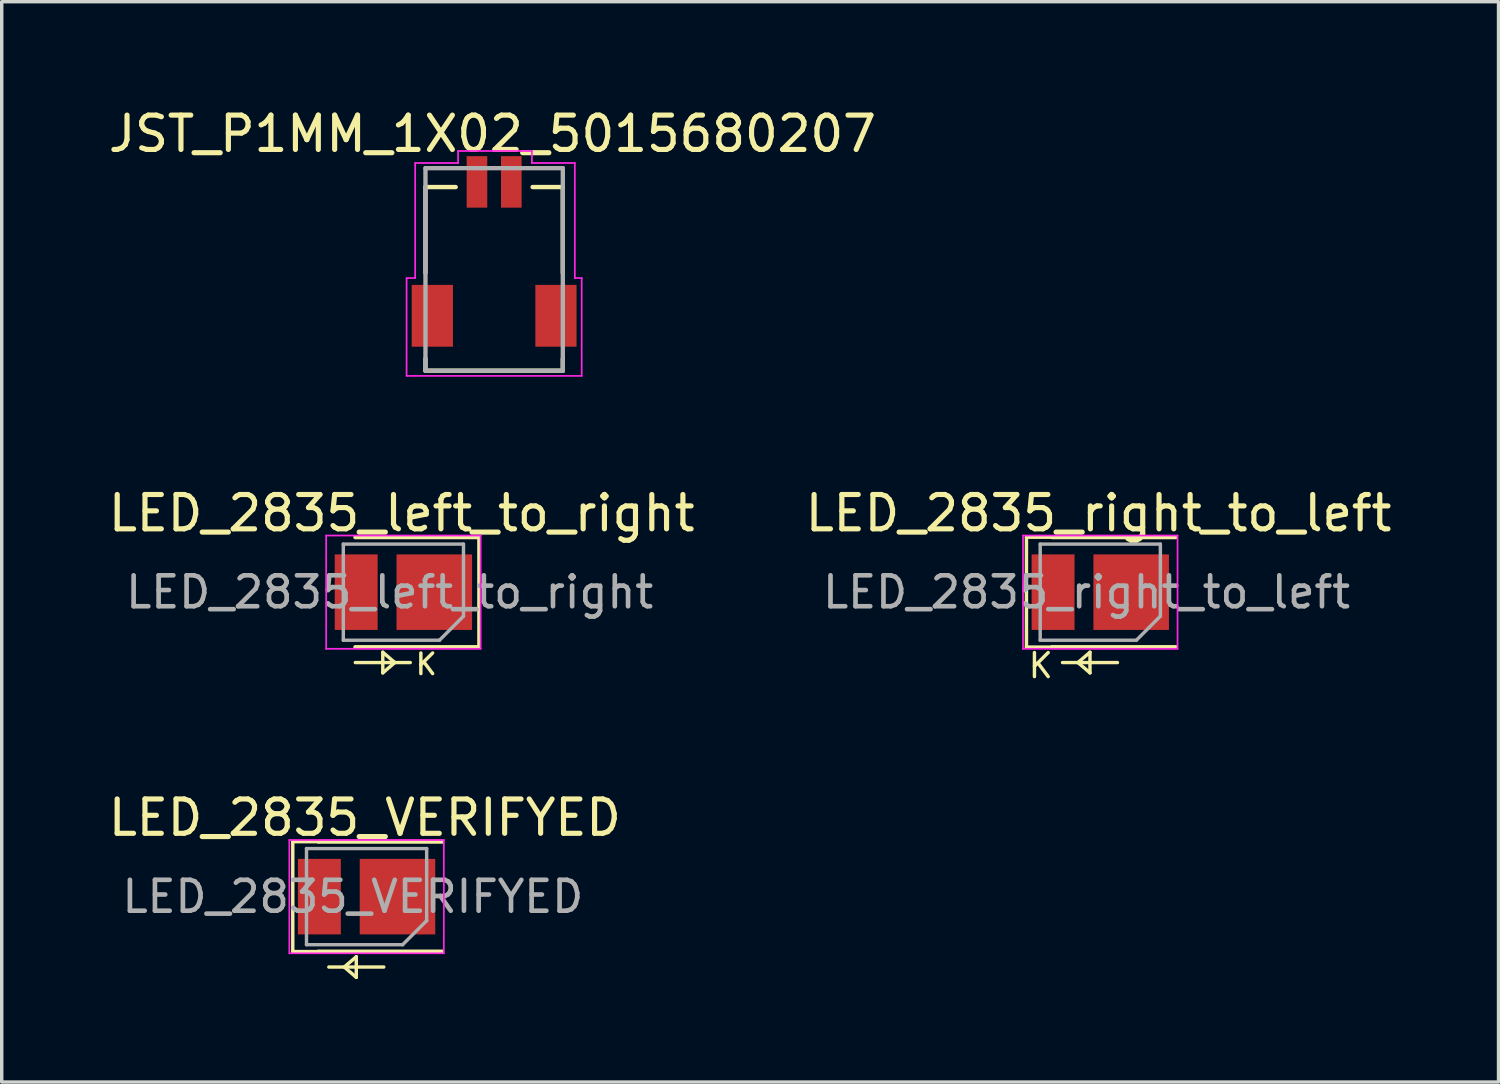
<source format=kicad_pcb>
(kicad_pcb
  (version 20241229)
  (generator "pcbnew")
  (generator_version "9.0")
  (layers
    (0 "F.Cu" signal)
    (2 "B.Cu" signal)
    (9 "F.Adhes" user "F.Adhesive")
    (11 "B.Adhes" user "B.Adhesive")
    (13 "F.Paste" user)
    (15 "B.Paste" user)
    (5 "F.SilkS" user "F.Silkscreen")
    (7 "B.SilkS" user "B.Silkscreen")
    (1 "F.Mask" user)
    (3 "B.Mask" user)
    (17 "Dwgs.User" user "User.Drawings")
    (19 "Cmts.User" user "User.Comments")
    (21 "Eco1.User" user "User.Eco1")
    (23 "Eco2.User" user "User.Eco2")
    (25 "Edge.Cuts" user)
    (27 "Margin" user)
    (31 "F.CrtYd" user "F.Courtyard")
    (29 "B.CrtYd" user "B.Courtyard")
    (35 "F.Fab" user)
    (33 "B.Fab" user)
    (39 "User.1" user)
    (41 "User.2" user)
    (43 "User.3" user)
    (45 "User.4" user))
  (footprint "LED_2835_right_to_left"
    (layer "F.Cu")
    (at 28.596 14.197)
    (property "Reference" "LED_2835_right_to_left" (at 0.35 -2.3 0) (layer "F.SilkS") (effects (font (size 1 1) (thickness 0.15))))
    (attr smd)
    (fp_line (start -1.75 -1.6) (end -1.75 1.6) (stroke (width 0.1) (type default)) (layer "F.SilkS"))
    (fp_line (start -1.75 1.6) (end -1 1.6) (stroke (width 0.1) (type default)) (layer "F.SilkS"))
    (fp_line (start -1 -1.6) (end -1.75 -1.6) (stroke (width 0.1) (type default)) (layer "F.SilkS"))
    (fp_line (start -1 -1.6) (end 2.6 -1.6) (stroke (width 0.12) (type solid)) (layer "F.SilkS"))
    (fp_line (start -1 1.6) (end 2.6 1.6) (stroke (width 0.12) (type solid)) (layer "F.SilkS"))
    (fp_line (start -0.25 2.05) (end 0.1 1.75) (stroke (width 0.1) (type default)) (layer "F.SilkS"))
    (fp_line (start 0.1 1.75) (end 0.1 2.35) (stroke (width 0.1) (type default)) (layer "F.SilkS"))
    (fp_line (start 0.1 2.35) (end -0.25 2.05) (stroke (width 0.1) (type default)) (layer "F.SilkS"))
    (fp_line (start 0.9 2.05) (end -0.7 2.05) (stroke (width 0.1) (type default)) (layer "F.SilkS"))
    (fp_line (start -1.85 -1.65) (end -1.85 1.65) (stroke (width 0.05) (type solid)) (layer "F.CrtYd"))
    (fp_line (start -1.85 1.65) (end 2.65 1.65) (stroke (width 0.05) (type solid)) (layer "F.CrtYd"))
    (fp_line (start 2.65 -1.65) (end -1.85 -1.65) (stroke (width 0.05) (type solid)) (layer "F.CrtYd"))
    (fp_line (start 2.65 1.65) (end 2.65 -1.65) (stroke (width 0.05) (type solid)) (layer "F.CrtYd"))
    (fp_line (start -1.35 -1.4) (end -1.35 1.4) (stroke (width 0.1) (type solid)) (layer "F.Fab"))
    (fp_line (start -1.35 1.4) (end 1.45 1.4) (stroke (width 0.1) (type solid)) (layer "F.Fab"))
    (fp_line (start 1.45 1.4) (end 2.15 0.7) (stroke (width 0.1) (type solid)) (layer "F.Fab"))
    (fp_line (start 2.15 -1.4) (end -1.35 -1.4) (stroke (width 0.1) (type solid)) (layer "F.Fab"))
    (fp_line (start 2.15 0.7) (end 2.15 -1.4) (stroke (width 0.1) (type solid)) (layer "F.Fab"))
    (fp_text user "K" (at -1.75 2.55 0) (unlocked yes) (layer "F.SilkS") (effects (font (size 0.7 0.7) (thickness 0.1)) (justify left bottom)))
    (fp_text user "${REFERENCE}" (at 0 0 0) (layer "F.Fab") (effects (font (size 0.9 0.9) (thickness 0.135))))
    (pad "1" smd rect (at -0.975 0) (size 1.25 2.2) (layers "F.Cu" "F.Mask" "F.Paste"))
    (pad "2" smd rect (at 1.3 0) (size 2.2 2.2) (layers "F.Cu" "F.Mask" "F.Paste")))
  (footprint "LED_2835_VERIFYED"
    (layer "F.Cu")
    (at 7.227 23.065)
    (property "Reference" "LED_2835_VERIFYED" (at 0.35 -2.3 0) (layer "F.SilkS") (effects (font (size 1 1) (thickness 0.15))))
    (attr smd)
    (fp_line (start -1.75 -1.6) (end -1.75 1.6) (stroke (width 0.1) (type default)) (layer "F.SilkS"))
    (fp_line (start -1.75 1.6) (end -1 1.6) (stroke (width 0.1) (type default)) (layer "F.SilkS"))
    (fp_line (start -1 -1.6) (end -1.75 -1.6) (stroke (width 0.1) (type default)) (layer "F.SilkS"))
    (fp_line (start -1 -1.6) (end 2.6 -1.6) (stroke (width 0.12) (type solid)) (layer "F.SilkS"))
    (fp_line (start -1 1.6) (end 2.6 1.6) (stroke (width 0.12) (type solid)) (layer "F.SilkS"))
    (fp_line (start -0.25 2.05) (end 0.1 1.75) (stroke (width 0.1) (type default)) (layer "F.SilkS"))
    (fp_line (start 0.1 1.75) (end 0.1 2.35) (stroke (width 0.1) (type default)) (layer "F.SilkS"))
    (fp_line (start 0.1 2.35) (end -0.25 2.05) (stroke (width 0.1) (type default)) (layer "F.SilkS"))
    (fp_line (start 0.9 2.05) (end -0.7 2.05) (stroke (width 0.1) (type default)) (layer "F.SilkS"))
    (fp_line (start -1.85 -1.65) (end -1.85 1.65) (stroke (width 0.05) (type solid)) (layer "F.CrtYd"))
    (fp_line (start -1.85 1.65) (end 2.65 1.65) (stroke (width 0.05) (type solid)) (layer "F.CrtYd"))
    (fp_line (start 2.65 -1.65) (end -1.85 -1.65) (stroke (width 0.05) (type solid)) (layer "F.CrtYd"))
    (fp_line (start 2.65 1.65) (end 2.65 -1.65) (stroke (width 0.05) (type solid)) (layer "F.CrtYd"))
    (fp_line (start -1.35 -1.4) (end -1.35 1.4) (stroke (width 0.1) (type solid)) (layer "F.Fab"))
    (fp_line (start -1.35 1.4) (end 1.45 1.4) (stroke (width 0.1) (type solid)) (layer "F.Fab"))
    (fp_line (start 1.45 1.4) (end 2.15 0.7) (stroke (width 0.1) (type solid)) (layer "F.Fab"))
    (fp_line (start 2.15 -1.4) (end -1.35 -1.4) (stroke (width 0.1) (type solid)) (layer "F.Fab"))
    (fp_line (start 2.15 0.7) (end 2.15 -1.4) (stroke (width 0.1) (type solid)) (layer "F.Fab"))
    (fp_text user "${REFERENCE}" (at 0 0 0) (layer "F.Fab") (effects (font (size 0.9 0.9) (thickness 0.135))))
    (pad "1" smd rect (at -0.975 0) (size 1.25 2.2) (layers "F.Cu" "F.Mask" "F.Paste"))
    (pad "2" smd rect (at 1.3 0) (size 2.2 2.2) (layers "F.Cu" "F.Mask" "F.Paste")))
  (footprint "JST_P1MM_1X02_5015680207"
    (layer "F.Cu")
    (at 11.342 4.798)
    (property "Reference" "JST_P1MM_1X02_5015680207" (at -0.05 -3.95 0) (layer "F.SilkS") (effects (font (size 1 1) (thickness 0.15))))
    (attr smd)
    (fp_poly (pts (xy -2.476 0.374) (xy -1.124 0.374) (xy -1.124 2.326) (xy -2.476 2.326)) (stroke (width 0.01) (type solid)) (fill yes) (layer "F.Mask"))
    (fp_poly (pts (xy -0.876 -3.376) (xy -0.124 -3.376) (xy -0.124 -1.724) (xy -0.876 -1.724)) (stroke (width 0.01) (type solid)) (fill yes) (layer "F.Mask"))
    (fp_poly (pts (xy 0.124 -3.376) (xy 0.876 -3.376) (xy 0.876 -1.724) (xy 0.124 -1.724)) (stroke (width 0.01) (type solid)) (fill yes) (layer "F.Mask"))
    (fp_poly (pts (xy 1.124 0.374) (xy 2.476 0.374) (xy 2.476 2.326) (xy 1.124 2.326)) (stroke (width 0.01) (type solid)) (fill yes) (layer "F.Mask"))
    (fp_line (start -2 -2.4) (end -1.12 -2.4) (stroke (width 0.127) (type solid)) (layer "F.SilkS"))
    (fp_line (start -2 0.1) (end -2 -2.4) (stroke (width 0.127) (type solid)) (layer "F.SilkS"))
    (fp_line (start -2 2.6) (end -2 2.95) (stroke (width 0.127) (type solid)) (layer "F.SilkS"))
    (fp_line (start -2 2.95) (end 2 2.95) (stroke (width 0.127) (type solid)) (layer "F.SilkS"))
    (fp_line (start 1.12 -2.4) (end 2 -2.4) (stroke (width 0.127) (type solid)) (layer "F.SilkS"))
    (fp_line (start 2 -2.4) (end 2 0.1) (stroke (width 0.127) (type solid)) (layer "F.SilkS"))
    (fp_line (start 2 2.95) (end 2 2.6) (stroke (width 0.127) (type solid)) (layer "F.SilkS"))
    (fp_line (start -2.55 0.25) (end -2.55 3.1) (stroke (width 0.05) (type default)) (layer "F.CrtYd"))
    (fp_line (start -2.55 0.25) (end -2.3 0.25) (stroke (width 0.05) (type default)) (layer "F.CrtYd"))
    (fp_line (start -2.3 -3.1) (end -1.05 -3.1) (stroke (width 0.05) (type default)) (layer "F.CrtYd"))
    (fp_line (start -2.3 0.25) (end -2.3 -3.1) (stroke (width 0.05) (type default)) (layer "F.CrtYd"))
    (fp_line (start -1.05 -3.45) (end 1.1 -3.45) (stroke (width 0.05) (type default)) (layer "F.CrtYd"))
    (fp_line (start -1.05 -3.1) (end -1.05 -3.45) (stroke (width 0.05) (type default)) (layer "F.CrtYd"))
    (fp_line (start 1.1 -3.45) (end 1.1 -3.1) (stroke (width 0.05) (type default)) (layer "F.CrtYd"))
    (fp_line (start 1.1 -3.1) (end 2.35 -3.1) (stroke (width 0.05) (type default)) (layer "F.CrtYd"))
    (fp_line (start 2.35 -3.1) (end 2.35 0.25) (stroke (width 0.05) (type default)) (layer "F.CrtYd"))
    (fp_line (start 2.35 0.25) (end 2.55 0.25) (stroke (width 0.05) (type default)) (layer "F.CrtYd"))
    (fp_line (start 2.55 0.25) (end 2.55 3.1) (stroke (width 0.05) (type default)) (layer "F.CrtYd"))
    (fp_line (start 2.55 3.1) (end -2.55 3.1) (stroke (width 0.05) (type default)) (layer "F.CrtYd"))
    (fp_line (start -2 -2.95) (end 2 -2.95) (stroke (width 0.127) (type solid)) (layer "F.Fab"))
    (fp_line (start -2 2.95) (end -2 -2.95) (stroke (width 0.127) (type solid)) (layer "F.Fab"))
    (fp_line (start 2 -2.95) (end 2 2.95) (stroke (width 0.127) (type solid)) (layer "F.Fab"))
    (fp_line (start 2 2.95) (end -2 2.95) (stroke (width 0.127) (type solid)) (layer "F.Fab"))
    (pad "1" smd rect (at -0.5 -2.55) (size 0.6 1.5) (layers "F.Cu" "F.Paste"))
    (pad "2" smd rect (at 0.5 -2.55) (size 0.6 1.5) (layers "F.Cu" "F.Paste"))
    (pad "S1" smd rect (at 1.8 1.35) (size 1.2 1.8) (layers "F.Cu" "F.Paste"))
    (pad "S2" smd rect (at -1.8 1.35) (size 1.2 1.8) (layers "F.Cu" "F.Paste"))
    (zone (net_name "") (layer "F.Cu") (hatch full 0.508) (connect_pads) (min_thickness 0.01) (filled_areas_thickness no) (keepout (tracks not_allowed) (vias not_allowed) (pads not_allowed) (copperpour not_allowed) (footprints allowed)) (placement (enabled no)) (fill) (polygon (pts (xy 12.692 5.243) (xy 12.692 2.398) (xy 12.147 2.398) (xy 12.147 3.003) (xy 11.537 3.003) (xy 11.537 2.398) (xy 11.147 2.398) (xy 11.147 3.003) (xy 10.537 3.003) (xy 10.537 2.398) (xy 9.992 2.398) (xy 9.992 5.243) (xy 10.147 5.243) (xy 10.147 7.053) (xy 9.992 7.053) (xy 9.992 8.048) (xy 12.692 8.048) (xy 12.692 7.053) (xy 12.537 7.053) (xy 12.537 5.243)))))
  (footprint "LED_2835_left_to_right"
    (layer "F.Cu")
    (at 8.299 14.197)
    (property "Reference" "LED_2835_left_to_right" (at 0.35 -2.3 0) (layer "F.SilkS") (effects (font (size 1 1) (thickness 0.15))))
    (attr smd)
    (fp_line (start -1 -1.6) (end 2.6 -1.6) (stroke (width 0.12) (type solid)) (layer "F.SilkS"))
    (fp_line (start -1 1.6) (end 2.6 1.6) (stroke (width 0.12) (type solid)) (layer "F.SilkS"))
    (fp_line (start -1 2.05) (end 0.6 2.05) (stroke (width 0.1) (type default)) (layer "F.SilkS"))
    (fp_line (start -0.2 1.75) (end -0.2 2.35) (stroke (width 0.1) (type default)) (layer "F.SilkS"))
    (fp_line (start -0.2 2.35) (end 0.15 2.05) (stroke (width 0.1) (type default)) (layer "F.SilkS"))
    (fp_line (start 0.15 2.05) (end -0.2 1.75) (stroke (width 0.1) (type default)) (layer "F.SilkS"))
    (fp_line (start 2.6 -1.6) (end 2.6 1.6) (stroke (width 0.1) (type default)) (layer "F.SilkS"))
    (fp_line (start -1.85 -1.65) (end -1.85 1.65) (stroke (width 0.05) (type solid)) (layer "F.CrtYd"))
    (fp_line (start -1.85 1.65) (end 2.65 1.65) (stroke (width 0.05) (type solid)) (layer "F.CrtYd"))
    (fp_line (start 2.65 -1.65) (end -1.85 -1.65) (stroke (width 0.05) (type solid)) (layer "F.CrtYd"))
    (fp_line (start 2.65 1.65) (end 2.65 -1.65) (stroke (width 0.05) (type solid)) (layer "F.CrtYd"))
    (fp_line (start -1.35 -1.4) (end -1.35 1.4) (stroke (width 0.1) (type solid)) (layer "F.Fab"))
    (fp_line (start -1.35 1.4) (end 1.45 1.4) (stroke (width 0.1) (type solid)) (layer "F.Fab"))
    (fp_line (start 1.45 1.4) (end 2.15 0.7) (stroke (width 0.1) (type solid)) (layer "F.Fab"))
    (fp_line (start 2.15 -1.4) (end -1.35 -1.4) (stroke (width 0.1) (type solid)) (layer "F.Fab"))
    (fp_line (start 2.15 0.7) (end 2.15 -1.4) (stroke (width 0.1) (type solid)) (layer "F.Fab"))
    (fp_text user "K" (at 0.7 2.45 0) (unlocked yes) (layer "F.SilkS") (effects (font (size 0.6 0.6) (thickness 0.1)) (justify left bottom)))
    (fp_text user "${REFERENCE}" (at 0 0 0) (layer "F.Fab") (effects (font (size 0.9 0.9) (thickness 0.135))))
    (pad "1" smd rect (at 1.3 0) (size 2.2 2.2) (layers "F.Cu" "F.Mask" "F.Paste"))
    (pad "2" smd rect (at -0.975 0) (size 1.25 2.2) (layers "F.Cu" "F.Mask" "F.Paste")))
  (gr_rect
    (start -3 -3)
    (end 40.595 28.465)
    (stroke (width 0.1) (type default))
    (fill no)
    (layer "Edge.Cuts")))
</source>
